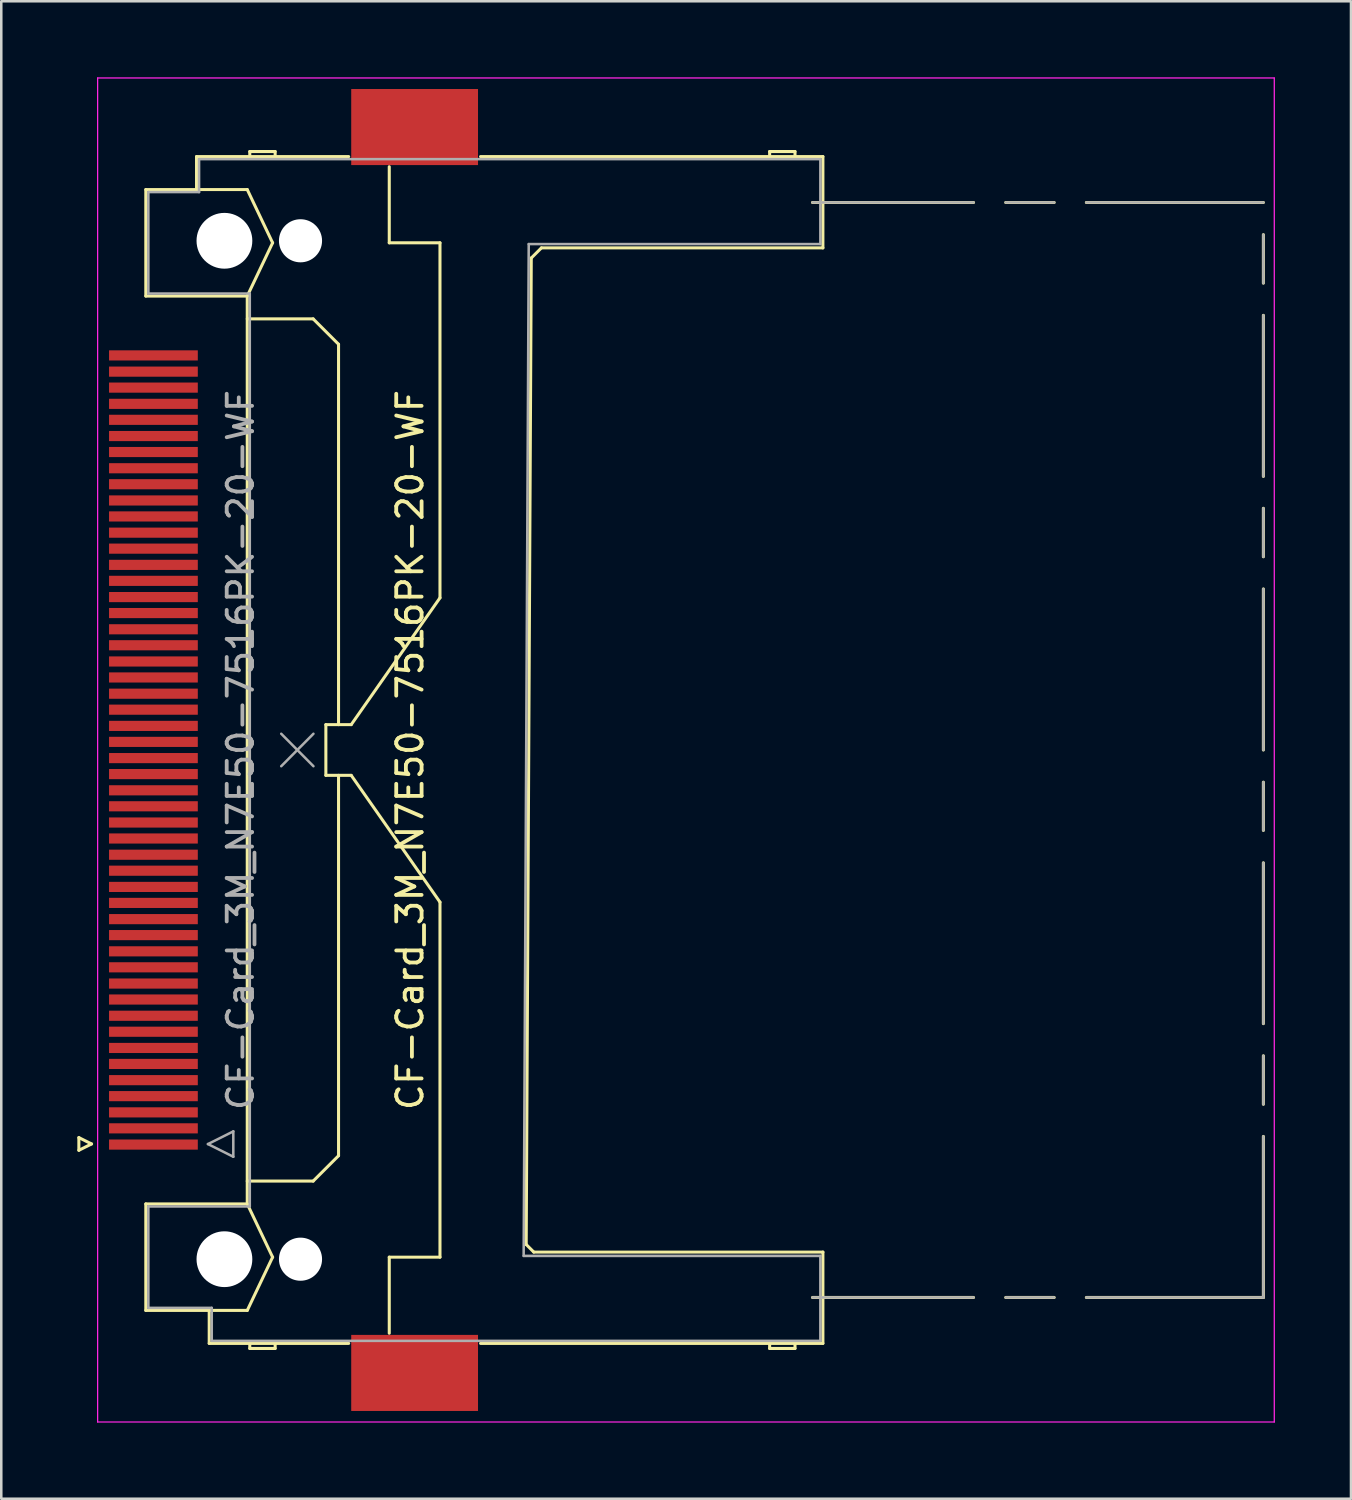
<source format=kicad_pcb>
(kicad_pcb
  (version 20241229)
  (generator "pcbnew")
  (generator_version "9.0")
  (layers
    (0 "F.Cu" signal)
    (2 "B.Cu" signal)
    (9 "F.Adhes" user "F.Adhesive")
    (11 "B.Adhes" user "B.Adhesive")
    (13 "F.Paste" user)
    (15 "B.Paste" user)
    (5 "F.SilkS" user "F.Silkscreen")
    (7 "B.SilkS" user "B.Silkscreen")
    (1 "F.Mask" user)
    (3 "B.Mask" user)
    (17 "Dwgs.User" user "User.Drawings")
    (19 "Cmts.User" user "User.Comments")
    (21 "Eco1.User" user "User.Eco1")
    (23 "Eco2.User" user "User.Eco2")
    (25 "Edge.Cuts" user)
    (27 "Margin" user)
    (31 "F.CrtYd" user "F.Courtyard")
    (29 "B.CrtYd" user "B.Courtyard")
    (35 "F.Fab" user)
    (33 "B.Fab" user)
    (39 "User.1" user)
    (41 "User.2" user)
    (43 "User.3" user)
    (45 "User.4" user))
  (footprint "CF-Card_3M_N7E50-7516PK-20-WF"
    (layer "F.Cu")
    (at 29.3 26.525)
    (property "Reference" "CF-Card_3M_N7E50-7516PK-20-WF" (at -16.18 0 90) (layer "F.SilkS") (effects (font (size 1 1) (thickness 0.15))))
    (attr smd)
    (fp_line (start -29.24 15.285) (end -29.24 15.785) (stroke (width 0.12) (type solid)) (layer "F.SilkS"))
    (fp_line (start -29.24 15.785) (end -28.74 15.535) (stroke (width 0.12) (type solid)) (layer "F.SilkS"))
    (fp_line (start -28.74 15.535) (end -29.24 15.285) (stroke (width 0.12) (type solid)) (layer "F.SilkS"))
    (fp_line (start -26.6 -22.1) (end -22.6 -22.1) (stroke (width 0.12) (type solid)) (layer "F.SilkS"))
    (fp_line (start -26.6 -17.9) (end -26.6 -22.1) (stroke (width 0.12) (type solid)) (layer "F.SilkS"))
    (fp_line (start -26.6 17.9) (end -22.6 17.9) (stroke (width 0.12) (type solid)) (layer "F.SilkS"))
    (fp_line (start -26.6 22.1) (end -26.6 17.9) (stroke (width 0.12) (type solid)) (layer "F.SilkS"))
    (fp_line (start -24.6 -23.4) (end -24.6 -22.1) (stroke (width 0.12) (type solid)) (layer "F.SilkS"))
    (fp_line (start -24.6 -23.4) (end -18.6 -23.4) (stroke (width 0.12) (type solid)) (layer "F.SilkS"))
    (fp_line (start -24.1 23.4) (end -24.1 22.1) (stroke (width 0.12) (type solid)) (layer "F.SilkS"))
    (fp_line (start -24.1 23.4) (end -18.6 23.4) (stroke (width 0.12) (type solid)) (layer "F.SilkS"))
    (fp_line (start -22.6 -22.1) (end -21.6 -20) (stroke (width 0.12) (type solid)) (layer "F.SilkS"))
    (fp_line (start -22.6 -17.9) (end -26.6 -17.9) (stroke (width 0.12) (type solid)) (layer "F.SilkS"))
    (fp_line (start -22.6 -17) (end -20 -17) (stroke (width 0.12) (type solid)) (layer "F.SilkS"))
    (fp_line (start -22.6 17) (end -20 17) (stroke (width 0.12) (type solid)) (layer "F.SilkS"))
    (fp_line (start -22.6 17.9) (end -22.6 -17.9) (stroke (width 0.12) (type solid)) (layer "F.SilkS"))
    (fp_line (start -22.6 17.9) (end -21.6 20) (stroke (width 0.12) (type solid)) (layer "F.SilkS"))
    (fp_line (start -22.6 22.1) (end -26.6 22.1) (stroke (width 0.12) (type solid)) (layer "F.SilkS"))
    (fp_line (start -22.5 -23.6) (end -22.5 -23.4) (stroke (width 0.12) (type solid)) (layer "F.SilkS"))
    (fp_line (start -22.5 -23.6) (end -21.5 -23.6) (stroke (width 0.12) (type solid)) (layer "F.SilkS"))
    (fp_line (start -22.5 23.6) (end -22.5 23.4) (stroke (width 0.12) (type solid)) (layer "F.SilkS"))
    (fp_line (start -21.6 -20) (end -22.6 -17.9) (stroke (width 0.12) (type solid)) (layer "F.SilkS"))
    (fp_line (start -21.6 20) (end -22.6 22.1) (stroke (width 0.12) (type solid)) (layer "F.SilkS"))
    (fp_line (start -21.5 -23.6) (end -21.5 -23.4) (stroke (width 0.12) (type solid)) (layer "F.SilkS"))
    (fp_line (start -21.5 23.6) (end -22.5 23.6) (stroke (width 0.12) (type solid)) (layer "F.SilkS"))
    (fp_line (start -21.5 23.6) (end -21.5 23.4) (stroke (width 0.12) (type solid)) (layer "F.SilkS"))
    (fp_line (start -20 -17) (end -19 -16) (stroke (width 0.12) (type solid)) (layer "F.SilkS"))
    (fp_line (start -20 17) (end -19 16) (stroke (width 0.12) (type solid)) (layer "F.SilkS"))
    (fp_line (start -19.5 -1) (end -19.5 1) (stroke (width 0.12) (type solid)) (layer "F.SilkS"))
    (fp_line (start -19.5 1) (end -18.5 1) (stroke (width 0.12) (type solid)) (layer "F.SilkS"))
    (fp_line (start -19 -16) (end -19 -1) (stroke (width 0.12) (type solid)) (layer "F.SilkS"))
    (fp_line (start -19 1) (end -19 16) (stroke (width 0.12) (type solid)) (layer "F.SilkS"))
    (fp_line (start -18.5 -1) (end -19.5 -1) (stroke (width 0.12) (type solid)) (layer "F.SilkS"))
    (fp_line (start -17 -23) (end -17 -20) (stroke (width 0.12) (type solid)) (layer "F.SilkS"))
    (fp_line (start -17 -20) (end -15 -20) (stroke (width 0.12) (type solid)) (layer "F.SilkS"))
    (fp_line (start -17 20) (end -15 20) (stroke (width 0.12) (type solid)) (layer "F.SilkS"))
    (fp_line (start -17 23) (end -17 20) (stroke (width 0.12) (type solid)) (layer "F.SilkS"))
    (fp_line (start -15 -20) (end -15 -6) (stroke (width 0.12) (type solid)) (layer "F.SilkS"))
    (fp_line (start -15 -6) (end -18.5 -1) (stroke (width 0.12) (type solid)) (layer "F.SilkS"))
    (fp_line (start -15 6) (end -18.5 1) (stroke (width 0.12) (type solid)) (layer "F.SilkS"))
    (fp_line (start -15 20) (end -15 6) (stroke (width 0.12) (type solid)) (layer "F.SilkS"))
    (fp_line (start -13.4 23.4) (end 0.1 23.4) (stroke (width 0.12) (type solid)) (layer "F.SilkS"))
    (fp_line (start -11.6 19.5) (end -11.4 -19.4) (stroke (width 0.12) (type solid)) (layer "F.SilkS"))
    (fp_line (start -11.6 19.5) (end -11.3 19.8) (stroke (width 0.12) (type solid)) (layer "F.SilkS"))
    (fp_line (start -11 -19.8) (end -11.4 -19.4) (stroke (width 0.12) (type solid)) (layer "F.SilkS"))
    (fp_line (start -11 -19.8) (end 0.1 -19.8) (stroke (width 0.12) (type solid)) (layer "F.SilkS"))
    (fp_line (start -2 -23.6) (end -2 -23.4) (stroke (width 0.12) (type solid)) (layer "F.SilkS"))
    (fp_line (start -2 -23.6) (end -1 -23.6) (stroke (width 0.12) (type solid)) (layer "F.SilkS"))
    (fp_line (start -2 23.6) (end -2 23.4) (stroke (width 0.12) (type solid)) (layer "F.SilkS"))
    (fp_line (start -1 -23.6) (end -1 -23.4) (stroke (width 0.12) (type solid)) (layer "F.SilkS"))
    (fp_line (start -1 23.6) (end -2 23.6) (stroke (width 0.12) (type solid)) (layer "F.SilkS"))
    (fp_line (start -1 23.6) (end -1 23.4) (stroke (width 0.12) (type solid)) (layer "F.SilkS"))
    (fp_line (start -0.31 -21.59) (end 6.04 -21.59) (stroke (width 0.12) (type solid)) (layer "F.SilkS"))
    (fp_line (start -0.31 21.59) (end 6.04 21.59) (stroke (width 0.12) (type solid)) (layer "F.SilkS"))
    (fp_line (start 0.1 -23.4) (end -13.4 -23.4) (stroke (width 0.12) (type solid)) (layer "F.SilkS"))
    (fp_line (start 0.1 -19.8) (end 0.1 -23.4) (stroke (width 0.12) (type solid)) (layer "F.SilkS"))
    (fp_line (start 0.1 19.8) (end -11.3 19.8) (stroke (width 0.12) (type solid)) (layer "F.SilkS"))
    (fp_line (start 0.1 23.4) (end 0.1 19.8) (stroke (width 0.12) (type solid)) (layer "F.SilkS"))
    (fp_line (start 7.31 -21.59) (end 9.22 -21.59) (stroke (width 0.12) (type solid)) (layer "F.SilkS"))
    (fp_line (start 7.31 21.59) (end 9.22 21.59) (stroke (width 0.12) (type solid)) (layer "F.SilkS"))
    (fp_line (start 10.49 -21.59) (end 17.47 -21.59) (stroke (width 0.12) (type solid)) (layer "F.SilkS"))
    (fp_line (start 10.49 21.59) (end 17.47 21.59) (stroke (width 0.12) (type solid)) (layer "F.SilkS"))
    (fp_line (start 17.47 -18.41) (end 17.47 -20.32) (stroke (width 0.12) (type solid)) (layer "F.SilkS"))
    (fp_line (start 17.47 -10.79) (end 17.47 -17.14) (stroke (width 0.12) (type solid)) (layer "F.SilkS"))
    (fp_line (start 17.47 -7.62) (end 17.47 -9.53) (stroke (width 0.12) (type solid)) (layer "F.SilkS"))
    (fp_line (start 17.47 0) (end 17.47 -6.35) (stroke (width 0.12) (type solid)) (layer "F.SilkS"))
    (fp_line (start 17.47 3.17) (end 17.47 1.27) (stroke (width 0.12) (type solid)) (layer "F.SilkS"))
    (fp_line (start 17.47 10.79) (end 17.47 4.45) (stroke (width 0.12) (type solid)) (layer "F.SilkS"))
    (fp_line (start 17.47 13.97) (end 17.47 12.06) (stroke (width 0.12) (type solid)) (layer "F.SilkS"))
    (fp_line (start 17.47 21.59) (end 17.47 15.24) (stroke (width 0.12) (type solid)) (layer "F.SilkS"))
    (fp_line (start -28.5 -26.5) (end 17.9 -26.5) (stroke (width 0.05) (type solid)) (layer "F.CrtYd"))
    (fp_line (start -28.5 26.5) (end -28.5 -26.5) (stroke (width 0.05) (type solid)) (layer "F.CrtYd"))
    (fp_line (start -28.5 26.5) (end 17.9 26.5) (stroke (width 0.05) (type solid)) (layer "F.CrtYd"))
    (fp_line (start 17.9 26.5) (end 17.9 -26.5) (stroke (width 0.05) (type solid)) (layer "F.CrtYd"))
    (fp_line (start -26.5 -22) (end -24.5 -22) (stroke (width 0.1) (type solid)) (layer "F.Fab"))
    (fp_line (start -26.5 -18) (end -26.5 -22) (stroke (width 0.1) (type solid)) (layer "F.Fab"))
    (fp_line (start -26.5 18) (end -22.5 18) (stroke (width 0.1) (type solid)) (layer "F.Fab"))
    (fp_line (start -26.5 22) (end -26.5 18) (stroke (width 0.1) (type solid)) (layer "F.Fab"))
    (fp_line (start -24.5 -23.3) (end -24.5 -22) (stroke (width 0.1) (type solid)) (layer "F.Fab"))
    (fp_line (start -24.15 15.54) (end -23.15 16.04) (stroke (width 0.1) (type solid)) (layer "F.Fab"))
    (fp_line (start -24 22) (end -26.5 22) (stroke (width 0.1) (type solid)) (layer "F.Fab"))
    (fp_line (start -24 23.3) (end -24 22) (stroke (width 0.1) (type solid)) (layer "F.Fab"))
    (fp_line (start -24 23.3) (end 0 23.3) (stroke (width 0.1) (type solid)) (layer "F.Fab"))
    (fp_line (start -23.15 15.04) (end -24.15 15.54) (stroke (width 0.1) (type solid)) (layer "F.Fab"))
    (fp_line (start -23.15 16.04) (end -23.15 15.04) (stroke (width 0.1) (type solid)) (layer "F.Fab"))
    (fp_line (start -22.5 -18) (end -26.5 -18) (stroke (width 0.1) (type solid)) (layer "F.Fab"))
    (fp_line (start -22.5 -18) (end -22.5 18) (stroke (width 0.1) (type solid)) (layer "F.Fab"))
    (fp_line (start -21.26 -0.64) (end -19.99 0.64) (stroke (width 0.1) (type solid)) (layer "F.Fab"))
    (fp_line (start -21.26 0.64) (end -19.99 -0.64) (stroke (width 0.1) (type solid)) (layer "F.Fab"))
    (fp_line (start -11.7 19.95) (end -11.5 -19.95) (stroke (width 0.1) (type solid)) (layer "F.Fab"))
    (fp_line (start -11.5 -19.95) (end 0 -19.95) (stroke (width 0.1) (type solid)) (layer "F.Fab"))
    (fp_line (start -0.31 -21.59) (end 6.04 -21.59) (stroke (width 0.1) (type solid)) (layer "F.Fab"))
    (fp_line (start -0.31 21.59) (end 6.04 21.59) (stroke (width 0.1) (type solid)) (layer "F.Fab"))
    (fp_line (start 0 -23.3) (end -24.5 -23.3) (stroke (width 0.1) (type solid)) (layer "F.Fab"))
    (fp_line (start 0 -19.95) (end 0 -23.3) (stroke (width 0.1) (type solid)) (layer "F.Fab"))
    (fp_line (start 0 19.95) (end -11.7 19.95) (stroke (width 0.1) (type solid)) (layer "F.Fab"))
    (fp_line (start 0 23.3) (end 0 19.95) (stroke (width 0.1) (type solid)) (layer "F.Fab"))
    (fp_line (start 7.31 -21.59) (end 9.22 -21.59) (stroke (width 0.1) (type solid)) (layer "F.Fab"))
    (fp_line (start 7.31 21.59) (end 9.22 21.59) (stroke (width 0.1) (type solid)) (layer "F.Fab"))
    (fp_line (start 10.49 -21.59) (end 17.47 -21.59) (stroke (width 0.1) (type solid)) (layer "F.Fab"))
    (fp_line (start 10.49 21.59) (end 17.47 21.59) (stroke (width 0.1) (type solid)) (layer "F.Fab"))
    (fp_line (start 17.47 -18.41) (end 17.47 -20.32) (stroke (width 0.1) (type solid)) (layer "F.Fab"))
    (fp_line (start 17.47 -10.79) (end 17.47 -17.14) (stroke (width 0.1) (type solid)) (layer "F.Fab"))
    (fp_line (start 17.47 -7.62) (end 17.47 -9.53) (stroke (width 0.1) (type solid)) (layer "F.Fab"))
    (fp_line (start 17.47 0) (end 17.47 -6.35) (stroke (width 0.1) (type solid)) (layer "F.Fab"))
    (fp_line (start 17.47 3.17) (end 17.47 1.27) (stroke (width 0.1) (type solid)) (layer "F.Fab"))
    (fp_line (start 17.47 10.79) (end 17.47 4.45) (stroke (width 0.1) (type solid)) (layer "F.Fab"))
    (fp_line (start 17.47 13.97) (end 17.47 12.06) (stroke (width 0.1) (type solid)) (layer "F.Fab"))
    (fp_line (start 17.47 21.59) (end 17.47 15.24) (stroke (width 0.1) (type solid)) (layer "F.Fab"))
    (fp_text user "${REFERENCE}" (at -22.865 0 90) (layer "F.Fab") (effects (font (size 1 1) (thickness 0.15))))
    (pad "" np_thru_hole circle (at -23.5 -20.08 90) (size 2.2 2.2) (drill 2.2) (layers "*.Cu" "*.Mask"))
    (pad "" np_thru_hole circle (at -23.5 20.08 90) (size 2.2 2.2) (drill 2.2) (layers "*.Cu" "*.Mask"))
    (pad "" np_thru_hole circle (at -20.5 -20.08 90) (size 1.7 1.7) (drill 1.7) (layers "*.Cu" "*.Mask"))
    (pad "" np_thru_hole circle (at -20.5 20.08 90) (size 1.7 1.7) (drill 1.7) (layers "*.Cu" "*.Mask"))
    (pad "" smd rect (at -16 -24.565 90) (size 3 5) (layers "F.Cu" "F.Mask" "F.Paste"))
    (pad "" smd rect (at -16 24.565 90) (size 3 5) (layers "F.Cu" "F.Mask" "F.Paste"))
    (pad "1" smd rect (at -26.3 15.56 270) (size 0.4 3.5) (layers "F.Cu" "F.Mask" "F.Paste"))
    (pad "2" smd rect (at -26.3 14.29 270) (size 0.4 3.5) (layers "F.Cu" "F.Mask" "F.Paste"))
    (pad "3" smd rect (at -26.3 13.02 270) (size 0.4 3.5) (layers "F.Cu" "F.Mask" "F.Paste"))
    (pad "4" smd rect (at -26.3 11.75 270) (size 0.4 3.5) (layers "F.Cu" "F.Mask" "F.Paste"))
    (pad "5" smd rect (at -26.3 10.48 270) (size 0.4 3.5) (layers "F.Cu" "F.Mask" "F.Paste"))
    (pad "6" smd rect (at -26.3 9.21 270) (size 0.4 3.5) (layers "F.Cu" "F.Mask" "F.Paste"))
    (pad "7" smd rect (at -26.3 7.94 270) (size 0.4 3.5) (layers "F.Cu" "F.Mask" "F.Paste"))
    (pad "8" smd rect (at -26.3 6.67 270) (size 0.4 3.5) (layers "F.Cu" "F.Mask" "F.Paste"))
    (pad "9" smd rect (at -26.3 5.4 270) (size 0.4 3.5) (layers "F.Cu" "F.Mask" "F.Paste"))
    (pad "10" smd rect (at -26.3 4.13 270) (size 0.4 3.5) (layers "F.Cu" "F.Mask" "F.Paste"))
    (pad "11" smd rect (at -26.3 2.86 270) (size 0.4 3.5) (layers "F.Cu" "F.Mask" "F.Paste"))
    (pad "12" smd rect (at -26.3 1.59 270) (size 0.4 3.5) (layers "F.Cu" "F.Mask" "F.Paste"))
    (pad "13" smd rect (at -26.3 0.32 270) (size 0.4 3.5) (layers "F.Cu" "F.Mask" "F.Paste"))
    (pad "14" smd rect (at -26.3 -0.95 270) (size 0.4 3.5) (layers "F.Cu" "F.Mask" "F.Paste"))
    (pad "15" smd rect (at -26.3 -2.22 270) (size 0.4 3.5) (layers "F.Cu" "F.Mask" "F.Paste"))
    (pad "16" smd rect (at -26.3 -3.49 270) (size 0.4 3.5) (layers "F.Cu" "F.Mask" "F.Paste"))
    (pad "17" smd rect (at -26.3 -4.76 270) (size 0.4 3.5) (layers "F.Cu" "F.Mask" "F.Paste"))
    (pad "18" smd rect (at -26.3 -6.03 270) (size 0.4 3.5) (layers "F.Cu" "F.Mask" "F.Paste"))
    (pad "19" smd rect (at -26.3 -7.3 270) (size 0.4 3.5) (layers "F.Cu" "F.Mask" "F.Paste"))
    (pad "20" smd rect (at -26.3 -8.57 270) (size 0.4 3.5) (layers "F.Cu" "F.Mask" "F.Paste"))
    (pad "21" smd rect (at -26.3 -9.84 270) (size 0.4 3.5) (layers "F.Cu" "F.Mask" "F.Paste"))
    (pad "22" smd rect (at -26.3 -11.11 270) (size 0.4 3.5) (layers "F.Cu" "F.Mask" "F.Paste"))
    (pad "23" smd rect (at -26.3 -12.38 270) (size 0.4 3.5) (layers "F.Cu" "F.Mask" "F.Paste"))
    (pad "24" smd rect (at -26.3 -13.65 270) (size 0.4 3.5) (layers "F.Cu" "F.Mask" "F.Paste"))
    (pad "25" smd rect (at -26.3 -14.92 270) (size 0.4 3.5) (layers "F.Cu" "F.Mask" "F.Paste"))
    (pad "26" smd rect (at -26.3 14.92 270) (size 0.4 3.5) (layers "F.Cu" "F.Mask" "F.Paste"))
    (pad "27" smd rect (at -26.3 13.65 270) (size 0.4 3.5) (layers "F.Cu" "F.Mask" "F.Paste"))
    (pad "28" smd rect (at -26.3 12.38 270) (size 0.4 3.5) (layers "F.Cu" "F.Mask" "F.Paste"))
    (pad "29" smd rect (at -26.3 11.11 270) (size 0.4 3.5) (layers "F.Cu" "F.Mask" "F.Paste"))
    (pad "30" smd rect (at -26.3 9.84 270) (size 0.4 3.5) (layers "F.Cu" "F.Mask" "F.Paste"))
    (pad "31" smd rect (at -26.3 8.57 270) (size 0.4 3.5) (layers "F.Cu" "F.Mask" "F.Paste"))
    (pad "32" smd rect (at -26.3 7.3 270) (size 0.4 3.5) (layers "F.Cu" "F.Mask" "F.Paste"))
    (pad "33" smd rect (at -26.3 6.03 270) (size 0.4 3.5) (layers "F.Cu" "F.Mask" "F.Paste"))
    (pad "34" smd rect (at -26.3 4.76 270) (size 0.4 3.5) (layers "F.Cu" "F.Mask" "F.Paste"))
    (pad "35" smd rect (at -26.3 3.49 270) (size 0.4 3.5) (layers "F.Cu" "F.Mask" "F.Paste"))
    (pad "36" smd rect (at -26.3 2.22 270) (size 0.4 3.5) (layers "F.Cu" "F.Mask" "F.Paste"))
    (pad "37" smd rect (at -26.3 0.95 270) (size 0.4 3.5) (layers "F.Cu" "F.Mask" "F.Paste"))
    (pad "38" smd rect (at -26.3 -0.32 270) (size 0.4 3.5) (layers "F.Cu" "F.Mask" "F.Paste"))
    (pad "39" smd rect (at -26.3 -1.59 270) (size 0.4 3.5) (layers "F.Cu" "F.Mask" "F.Paste"))
    (pad "40" smd rect (at -26.3 -2.86 270) (size 0.4 3.5) (layers "F.Cu" "F.Mask" "F.Paste"))
    (pad "41" smd rect (at -26.3 -4.13 270) (size 0.4 3.5) (layers "F.Cu" "F.Mask" "F.Paste"))
    (pad "42" smd rect (at -26.3 -5.4 270) (size 0.4 3.5) (layers "F.Cu" "F.Mask" "F.Paste"))
    (pad "43" smd rect (at -26.3 -6.67 270) (size 0.4 3.5) (layers "F.Cu" "F.Mask" "F.Paste"))
    (pad "44" smd rect (at -26.3 -7.94 270) (size 0.4 3.5) (layers "F.Cu" "F.Mask" "F.Paste"))
    (pad "45" smd rect (at -26.3 -9.21 270) (size 0.4 3.5) (layers "F.Cu" "F.Mask" "F.Paste"))
    (pad "46" smd rect (at -26.3 -10.48 270) (size 0.4 3.5) (layers "F.Cu" "F.Mask" "F.Paste"))
    (pad "47" smd rect (at -26.3 -11.75 270) (size 0.4 3.5) (layers "F.Cu" "F.Mask" "F.Paste"))
    (pad "48" smd rect (at -26.3 -13.02 270) (size 0.4 3.5) (layers "F.Cu" "F.Mask" "F.Paste"))
    (pad "49" smd rect (at -26.3 -14.29 270) (size 0.4 3.5) (layers "F.Cu" "F.Mask" "F.Paste"))
    (pad "50" smd rect (at -26.3 -15.56 270) (size 0.4 3.5) (layers "F.Cu" "F.Mask" "F.Paste")))
  (gr_rect
    (start -3 -3)
    (end 50.225 56.05)
    (stroke (width 0.1) (type default))
    (fill no)
    (layer "Edge.Cuts")))
</source>
